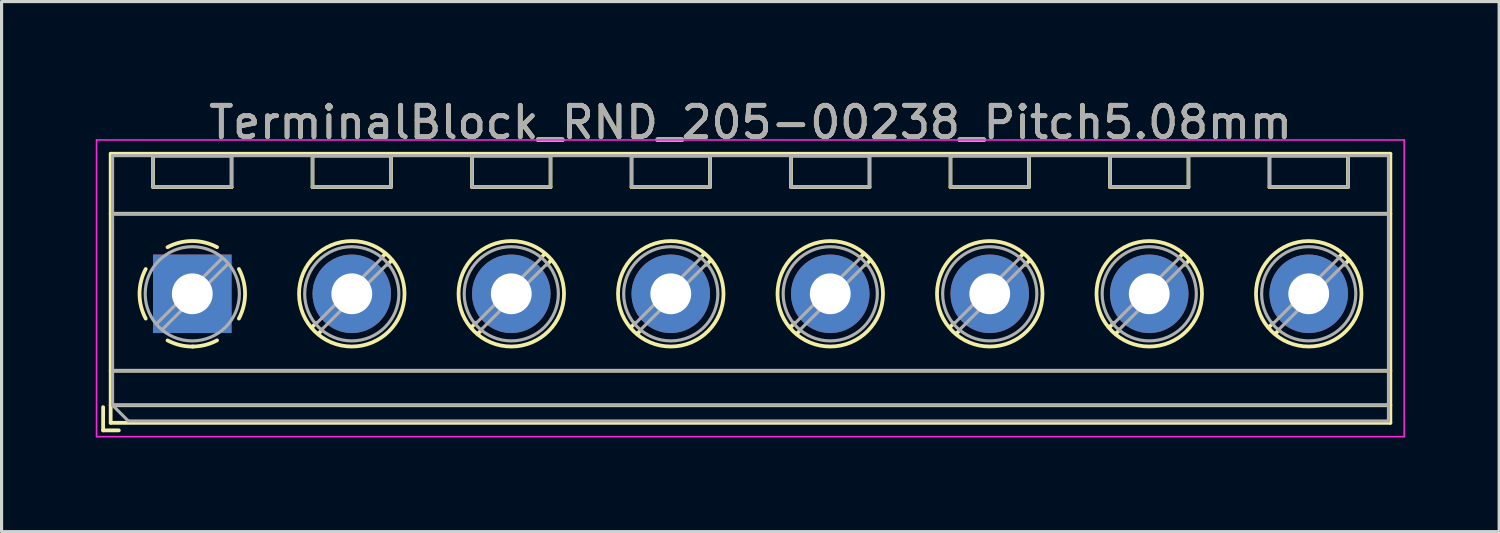
<source format=kicad_pcb>
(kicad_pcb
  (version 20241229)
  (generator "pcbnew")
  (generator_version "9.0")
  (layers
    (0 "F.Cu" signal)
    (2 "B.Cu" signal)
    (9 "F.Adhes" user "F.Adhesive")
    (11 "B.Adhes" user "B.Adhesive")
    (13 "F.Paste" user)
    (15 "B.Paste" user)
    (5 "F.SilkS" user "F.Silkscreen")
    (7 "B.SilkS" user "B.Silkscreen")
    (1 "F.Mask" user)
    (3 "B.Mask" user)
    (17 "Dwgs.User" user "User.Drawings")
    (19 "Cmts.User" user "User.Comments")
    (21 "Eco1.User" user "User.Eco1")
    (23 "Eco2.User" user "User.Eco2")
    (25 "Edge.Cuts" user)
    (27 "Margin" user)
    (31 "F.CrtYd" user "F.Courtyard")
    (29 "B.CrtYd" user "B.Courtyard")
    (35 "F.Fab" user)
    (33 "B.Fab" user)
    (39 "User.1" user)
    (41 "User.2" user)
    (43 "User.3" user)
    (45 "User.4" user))
  (footprint "TerminalBlock_RND_205-00238_Pitch5.08mm"
    (layer "F.Cu")
    (at 3.075 6.308)
    (property "Reference" "TerminalBlock_RND_205-00238_Pitch5.08mm" (at 17.78 -5.46 0) (layer "F.SilkS") (effects (font (size 1 1) (thickness 0.15))))
    (attr through_hole)
    (fp_line (start -2.84 3.61) (end -2.84 4.35) (stroke (width 0.12) (type solid)) (layer "F.SilkS"))
    (fp_line (start -2.84 4.35) (end -2.34 4.35) (stroke (width 0.12) (type solid)) (layer "F.SilkS"))
    (fp_line (start -2.6 -4.46) (end -2.6 4.11) (stroke (width 0.12) (type solid)) (layer "F.SilkS"))
    (fp_line (start -2.6 -2.55) (end 38.16 -2.55) (stroke (width 0.12) (type solid)) (layer "F.SilkS"))
    (fp_line (start -2.6 2.45) (end 38.16 2.45) (stroke (width 0.12) (type solid)) (layer "F.SilkS"))
    (fp_line (start -2.6 3.55) (end 38.16 3.55) (stroke (width 0.12) (type solid)) (layer "F.SilkS"))
    (fp_line (start -2.6 4.11) (end 38.16 4.11) (stroke (width 0.12) (type solid)) (layer "F.SilkS"))
    (fp_line (start -1.25 -4.4) (end -1.25 -3.4) (stroke (width 0.12) (type solid)) (layer "F.SilkS"))
    (fp_line (start -1.25 -4.4) (end 1.25 -4.4) (stroke (width 0.12) (type solid)) (layer "F.SilkS"))
    (fp_line (start -1.25 -3.4) (end 1.25 -3.4) (stroke (width 0.12) (type solid)) (layer "F.SilkS"))
    (fp_line (start 1.25 -4.4) (end 1.25 -3.4) (stroke (width 0.12) (type solid)) (layer "F.SilkS"))
    (fp_line (start 3.83 -4.4) (end 3.83 -3.4) (stroke (width 0.12) (type solid)) (layer "F.SilkS"))
    (fp_line (start 3.83 -4.4) (end 6.33 -4.4) (stroke (width 0.12) (type solid)) (layer "F.SilkS"))
    (fp_line (start 3.83 -3.4) (end 6.33 -3.4) (stroke (width 0.12) (type solid)) (layer "F.SilkS"))
    (fp_line (start 3.947 0.929) (end 3.806 1.069) (stroke (width 0.12) (type solid)) (layer "F.SilkS"))
    (fp_line (start 4.117 1.169) (end 4.011 1.274) (stroke (width 0.12) (type solid)) (layer "F.SilkS"))
    (fp_line (start 6.15 -1.275) (end 6.044 -1.169) (stroke (width 0.12) (type solid)) (layer "F.SilkS"))
    (fp_line (start 6.33 -4.4) (end 6.33 -3.4) (stroke (width 0.12) (type solid)) (layer "F.SilkS"))
    (fp_line (start 6.355 -1.069) (end 6.214 -0.929) (stroke (width 0.12) (type solid)) (layer "F.SilkS"))
    (fp_line (start 8.91 -4.4) (end 8.91 -3.4) (stroke (width 0.12) (type solid)) (layer "F.SilkS"))
    (fp_line (start 8.91 -4.4) (end 11.41 -4.4) (stroke (width 0.12) (type solid)) (layer "F.SilkS"))
    (fp_line (start 8.91 -3.4) (end 11.41 -3.4) (stroke (width 0.12) (type solid)) (layer "F.SilkS"))
    (fp_line (start 9.027 0.929) (end 8.886 1.069) (stroke (width 0.12) (type solid)) (layer "F.SilkS"))
    (fp_line (start 9.197 1.169) (end 9.091 1.274) (stroke (width 0.12) (type solid)) (layer "F.SilkS"))
    (fp_line (start 11.23 -1.275) (end 11.124 -1.169) (stroke (width 0.12) (type solid)) (layer "F.SilkS"))
    (fp_line (start 11.41 -4.4) (end 11.41 -3.4) (stroke (width 0.12) (type solid)) (layer "F.SilkS"))
    (fp_line (start 11.435 -1.069) (end 11.294 -0.929) (stroke (width 0.12) (type solid)) (layer "F.SilkS"))
    (fp_line (start 13.99 -4.4) (end 13.99 -3.4) (stroke (width 0.12) (type solid)) (layer "F.SilkS"))
    (fp_line (start 13.99 -4.4) (end 16.49 -4.4) (stroke (width 0.12) (type solid)) (layer "F.SilkS"))
    (fp_line (start 13.99 -3.4) (end 16.49 -3.4) (stroke (width 0.12) (type solid)) (layer "F.SilkS"))
    (fp_line (start 14.107 0.929) (end 13.966 1.069) (stroke (width 0.12) (type solid)) (layer "F.SilkS"))
    (fp_line (start 14.277 1.169) (end 14.171 1.274) (stroke (width 0.12) (type solid)) (layer "F.SilkS"))
    (fp_line (start 16.31 -1.275) (end 16.204 -1.169) (stroke (width 0.12) (type solid)) (layer "F.SilkS"))
    (fp_line (start 16.49 -4.4) (end 16.49 -3.4) (stroke (width 0.12) (type solid)) (layer "F.SilkS"))
    (fp_line (start 16.515 -1.069) (end 16.374 -0.929) (stroke (width 0.12) (type solid)) (layer "F.SilkS"))
    (fp_line (start 19.07 -4.4) (end 19.07 -3.4) (stroke (width 0.12) (type solid)) (layer "F.SilkS"))
    (fp_line (start 19.07 -4.4) (end 21.57 -4.4) (stroke (width 0.12) (type solid)) (layer "F.SilkS"))
    (fp_line (start 19.07 -3.4) (end 21.57 -3.4) (stroke (width 0.12) (type solid)) (layer "F.SilkS"))
    (fp_line (start 19.187 0.929) (end 19.046 1.069) (stroke (width 0.12) (type solid)) (layer "F.SilkS"))
    (fp_line (start 19.357 1.169) (end 19.251 1.274) (stroke (width 0.12) (type solid)) (layer "F.SilkS"))
    (fp_line (start 21.39 -1.275) (end 21.284 -1.169) (stroke (width 0.12) (type solid)) (layer "F.SilkS"))
    (fp_line (start 21.57 -4.4) (end 21.57 -3.4) (stroke (width 0.12) (type solid)) (layer "F.SilkS"))
    (fp_line (start 21.595 -1.069) (end 21.454 -0.929) (stroke (width 0.12) (type solid)) (layer "F.SilkS"))
    (fp_line (start 24.15 -4.4) (end 24.15 -3.4) (stroke (width 0.12) (type solid)) (layer "F.SilkS"))
    (fp_line (start 24.15 -4.4) (end 26.65 -4.4) (stroke (width 0.12) (type solid)) (layer "F.SilkS"))
    (fp_line (start 24.15 -3.4) (end 26.65 -3.4) (stroke (width 0.12) (type solid)) (layer "F.SilkS"))
    (fp_line (start 24.267 0.929) (end 24.126 1.069) (stroke (width 0.12) (type solid)) (layer "F.SilkS"))
    (fp_line (start 24.437 1.169) (end 24.331 1.274) (stroke (width 0.12) (type solid)) (layer "F.SilkS"))
    (fp_line (start 26.47 -1.275) (end 26.364 -1.169) (stroke (width 0.12) (type solid)) (layer "F.SilkS"))
    (fp_line (start 26.65 -4.4) (end 26.65 -3.4) (stroke (width 0.12) (type solid)) (layer "F.SilkS"))
    (fp_line (start 26.675 -1.069) (end 26.534 -0.929) (stroke (width 0.12) (type solid)) (layer "F.SilkS"))
    (fp_line (start 29.23 -4.4) (end 29.23 -3.4) (stroke (width 0.12) (type solid)) (layer "F.SilkS"))
    (fp_line (start 29.23 -4.4) (end 31.73 -4.4) (stroke (width 0.12) (type solid)) (layer "F.SilkS"))
    (fp_line (start 29.23 -3.4) (end 31.73 -3.4) (stroke (width 0.12) (type solid)) (layer "F.SilkS"))
    (fp_line (start 29.347 0.929) (end 29.206 1.069) (stroke (width 0.12) (type solid)) (layer "F.SilkS"))
    (fp_line (start 29.517 1.169) (end 29.411 1.274) (stroke (width 0.12) (type solid)) (layer "F.SilkS"))
    (fp_line (start 31.55 -1.275) (end 31.444 -1.169) (stroke (width 0.12) (type solid)) (layer "F.SilkS"))
    (fp_line (start 31.73 -4.4) (end 31.73 -3.4) (stroke (width 0.12) (type solid)) (layer "F.SilkS"))
    (fp_line (start 31.755 -1.069) (end 31.614 -0.929) (stroke (width 0.12) (type solid)) (layer "F.SilkS"))
    (fp_line (start 34.31 -4.4) (end 34.31 -3.4) (stroke (width 0.12) (type solid)) (layer "F.SilkS"))
    (fp_line (start 34.31 -4.4) (end 36.81 -4.4) (stroke (width 0.12) (type solid)) (layer "F.SilkS"))
    (fp_line (start 34.31 -3.4) (end 36.81 -3.4) (stroke (width 0.12) (type solid)) (layer "F.SilkS"))
    (fp_line (start 34.427 0.929) (end 34.286 1.069) (stroke (width 0.12) (type solid)) (layer "F.SilkS"))
    (fp_line (start 34.597 1.169) (end 34.491 1.274) (stroke (width 0.12) (type solid)) (layer "F.SilkS"))
    (fp_line (start 36.63 -1.275) (end 36.524 -1.169) (stroke (width 0.12) (type solid)) (layer "F.SilkS"))
    (fp_line (start 36.81 -4.4) (end 36.81 -3.4) (stroke (width 0.12) (type solid)) (layer "F.SilkS"))
    (fp_line (start 36.835 -1.069) (end 36.694 -0.929) (stroke (width 0.12) (type solid)) (layer "F.SilkS"))
    (fp_line (start 38.16 -4.46) (end -2.6 -4.46) (stroke (width 0.12) (type solid)) (layer "F.SilkS"))
    (fp_line (start 38.16 4.11) (end 38.16 -4.46) (stroke (width 0.12) (type solid)) (layer "F.SilkS"))
    (fp_arc (start -1.483953 0.789089) (mid -1.680708 0.00005) (end -1.484 -0.789) (stroke (width 0.12) (type solid)) (layer "F.SilkS"))
    (fp_arc (start -0.789089 -1.483953) (mid -0.00005 -1.680708) (end 0.789 -1.484) (stroke (width 0.12) (type solid)) (layer "F.SilkS"))
    (fp_arc (start 0.029383 1.68045) (mid -0.392304 1.634281) (end -0.789 1.484) (stroke (width 0.12) (type solid)) (layer "F.SilkS"))
    (fp_arc (start 0.788712 1.483352) (mid 0.406429 1.630097) (end 0 1.68) (stroke (width 0.12) (type solid)) (layer "F.SilkS"))
    (fp_arc (start 1.483953 -0.789089) (mid 1.680708 -0.00005) (end 1.484 0.789) (stroke (width 0.12) (type solid)) (layer "F.SilkS"))
    (fp_circle (center 5.08 0) (end 6.76 0) (stroke (width 0.12) (type solid)) (fill no) (layer "F.SilkS"))
    (fp_circle (center 10.16 0) (end 11.84 0) (stroke (width 0.12) (type solid)) (fill no) (layer "F.SilkS"))
    (fp_circle (center 15.24 0) (end 16.92 0) (stroke (width 0.12) (type solid)) (fill no) (layer "F.SilkS"))
    (fp_circle (center 20.32 0) (end 22 0) (stroke (width 0.12) (type solid)) (fill no) (layer "F.SilkS"))
    (fp_circle (center 25.4 0) (end 27.08 0) (stroke (width 0.12) (type solid)) (fill no) (layer "F.SilkS"))
    (fp_circle (center 30.48 0) (end 32.16 0) (stroke (width 0.12) (type solid)) (fill no) (layer "F.SilkS"))
    (fp_circle (center 35.56 0) (end 37.24 0) (stroke (width 0.12) (type solid)) (fill no) (layer "F.SilkS"))
    (fp_line (start -3.05 -4.9) (end -3.05 4.55) (stroke (width 0.05) (type solid)) (layer "F.CrtYd"))
    (fp_line (start -3.05 4.55) (end 38.6 4.55) (stroke (width 0.05) (type solid)) (layer "F.CrtYd"))
    (fp_line (start 38.6 -4.9) (end -3.05 -4.9) (stroke (width 0.05) (type solid)) (layer "F.CrtYd"))
    (fp_line (start 38.6 4.55) (end 38.6 -4.9) (stroke (width 0.05) (type solid)) (layer "F.CrtYd"))
    (fp_line (start -2.54 -4.4) (end 38.1 -4.4) (stroke (width 0.1) (type solid)) (layer "F.Fab"))
    (fp_line (start -2.54 -2.55) (end 38.1 -2.55) (stroke (width 0.1) (type solid)) (layer "F.Fab"))
    (fp_line (start -2.54 2.45) (end 38.1 2.45) (stroke (width 0.1) (type solid)) (layer "F.Fab"))
    (fp_line (start -2.54 3.55) (end -2.54 -4.4) (stroke (width 0.1) (type solid)) (layer "F.Fab"))
    (fp_line (start -2.54 3.55) (end 38.1 3.55) (stroke (width 0.1) (type solid)) (layer "F.Fab"))
    (fp_line (start -2.04 4.05) (end -2.54 3.55) (stroke (width 0.1) (type solid)) (layer "F.Fab"))
    (fp_line (start -1.25 -4.4) (end -1.25 -3.4) (stroke (width 0.1) (type solid)) (layer "F.Fab"))
    (fp_line (start -1.25 -3.4) (end 1.25 -3.4) (stroke (width 0.1) (type solid)) (layer "F.Fab"))
    (fp_line (start 0.955 -1.138) (end -1.138 0.955) (stroke (width 0.1) (type solid)) (layer "F.Fab"))
    (fp_line (start 1.138 -0.955) (end -0.955 1.138) (stroke (width 0.1) (type solid)) (layer "F.Fab"))
    (fp_line (start 1.25 -4.4) (end -1.25 -4.4) (stroke (width 0.1) (type solid)) (layer "F.Fab"))
    (fp_line (start 1.25 -3.4) (end 1.25 -4.4) (stroke (width 0.1) (type solid)) (layer "F.Fab"))
    (fp_line (start 3.83 -4.4) (end 3.83 -3.4) (stroke (width 0.1) (type solid)) (layer "F.Fab"))
    (fp_line (start 3.83 -3.4) (end 6.33 -3.4) (stroke (width 0.1) (type solid)) (layer "F.Fab"))
    (fp_line (start 6.035 -1.138) (end 3.943 0.955) (stroke (width 0.1) (type solid)) (layer "F.Fab"))
    (fp_line (start 6.218 -0.955) (end 4.126 1.138) (stroke (width 0.1) (type solid)) (layer "F.Fab"))
    (fp_line (start 6.33 -4.4) (end 3.83 -4.4) (stroke (width 0.1) (type solid)) (layer "F.Fab"))
    (fp_line (start 6.33 -3.4) (end 6.33 -4.4) (stroke (width 0.1) (type solid)) (layer "F.Fab"))
    (fp_line (start 8.91 -4.4) (end 8.91 -3.4) (stroke (width 0.1) (type solid)) (layer "F.Fab"))
    (fp_line (start 8.91 -3.4) (end 11.41 -3.4) (stroke (width 0.1) (type solid)) (layer "F.Fab"))
    (fp_line (start 11.115 -1.138) (end 9.023 0.955) (stroke (width 0.1) (type solid)) (layer "F.Fab"))
    (fp_line (start 11.298 -0.955) (end 9.206 1.138) (stroke (width 0.1) (type solid)) (layer "F.Fab"))
    (fp_line (start 11.41 -4.4) (end 8.91 -4.4) (stroke (width 0.1) (type solid)) (layer "F.Fab"))
    (fp_line (start 11.41 -3.4) (end 11.41 -4.4) (stroke (width 0.1) (type solid)) (layer "F.Fab"))
    (fp_line (start 13.99 -4.4) (end 13.99 -3.4) (stroke (width 0.1) (type solid)) (layer "F.Fab"))
    (fp_line (start 13.99 -3.4) (end 16.49 -3.4) (stroke (width 0.1) (type solid)) (layer "F.Fab"))
    (fp_line (start 16.195 -1.138) (end 14.103 0.955) (stroke (width 0.1) (type solid)) (layer "F.Fab"))
    (fp_line (start 16.378 -0.955) (end 14.286 1.138) (stroke (width 0.1) (type solid)) (layer "F.Fab"))
    (fp_line (start 16.49 -4.4) (end 13.99 -4.4) (stroke (width 0.1) (type solid)) (layer "F.Fab"))
    (fp_line (start 16.49 -3.4) (end 16.49 -4.4) (stroke (width 0.1) (type solid)) (layer "F.Fab"))
    (fp_line (start 19.07 -4.4) (end 19.07 -3.4) (stroke (width 0.1) (type solid)) (layer "F.Fab"))
    (fp_line (start 19.07 -3.4) (end 21.57 -3.4) (stroke (width 0.1) (type solid)) (layer "F.Fab"))
    (fp_line (start 21.275 -1.138) (end 19.183 0.955) (stroke (width 0.1) (type solid)) (layer "F.Fab"))
    (fp_line (start 21.458 -0.955) (end 19.366 1.138) (stroke (width 0.1) (type solid)) (layer "F.Fab"))
    (fp_line (start 21.57 -4.4) (end 19.07 -4.4) (stroke (width 0.1) (type solid)) (layer "F.Fab"))
    (fp_line (start 21.57 -3.4) (end 21.57 -4.4) (stroke (width 0.1) (type solid)) (layer "F.Fab"))
    (fp_line (start 24.15 -4.4) (end 24.15 -3.4) (stroke (width 0.1) (type solid)) (layer "F.Fab"))
    (fp_line (start 24.15 -3.4) (end 26.65 -3.4) (stroke (width 0.1) (type solid)) (layer "F.Fab"))
    (fp_line (start 26.355 -1.138) (end 24.263 0.955) (stroke (width 0.1) (type solid)) (layer "F.Fab"))
    (fp_line (start 26.538 -0.955) (end 24.446 1.138) (stroke (width 0.1) (type solid)) (layer "F.Fab"))
    (fp_line (start 26.65 -4.4) (end 24.15 -4.4) (stroke (width 0.1) (type solid)) (layer "F.Fab"))
    (fp_line (start 26.65 -3.4) (end 26.65 -4.4) (stroke (width 0.1) (type solid)) (layer "F.Fab"))
    (fp_line (start 29.23 -4.4) (end 29.23 -3.4) (stroke (width 0.1) (type solid)) (layer "F.Fab"))
    (fp_line (start 29.23 -3.4) (end 31.73 -3.4) (stroke (width 0.1) (type solid)) (layer "F.Fab"))
    (fp_line (start 31.435 -1.138) (end 29.343 0.955) (stroke (width 0.1) (type solid)) (layer "F.Fab"))
    (fp_line (start 31.618 -0.955) (end 29.526 1.138) (stroke (width 0.1) (type solid)) (layer "F.Fab"))
    (fp_line (start 31.73 -4.4) (end 29.23 -4.4) (stroke (width 0.1) (type solid)) (layer "F.Fab"))
    (fp_line (start 31.73 -3.4) (end 31.73 -4.4) (stroke (width 0.1) (type solid)) (layer "F.Fab"))
    (fp_line (start 34.31 -4.4) (end 34.31 -3.4) (stroke (width 0.1) (type solid)) (layer "F.Fab"))
    (fp_line (start 34.31 -3.4) (end 36.81 -3.4) (stroke (width 0.1) (type solid)) (layer "F.Fab"))
    (fp_line (start 36.515 -1.138) (end 34.423 0.955) (stroke (width 0.1) (type solid)) (layer "F.Fab"))
    (fp_line (start 36.698 -0.955) (end 34.606 1.138) (stroke (width 0.1) (type solid)) (layer "F.Fab"))
    (fp_line (start 36.81 -4.4) (end 34.31 -4.4) (stroke (width 0.1) (type solid)) (layer "F.Fab"))
    (fp_line (start 36.81 -3.4) (end 36.81 -4.4) (stroke (width 0.1) (type solid)) (layer "F.Fab"))
    (fp_line (start 38.1 -4.4) (end 38.1 4.05) (stroke (width 0.1) (type solid)) (layer "F.Fab"))
    (fp_line (start 38.1 4.05) (end -2.04 4.05) (stroke (width 0.1) (type solid)) (layer "F.Fab"))
    (fp_circle (center 0 0) (end 1.5 0) (stroke (width 0.1) (type solid)) (fill no) (layer "F.Fab"))
    (fp_circle (center 5.08 0) (end 6.58 0) (stroke (width 0.1) (type solid)) (fill no) (layer "F.Fab"))
    (fp_circle (center 10.16 0) (end 11.66 0) (stroke (width 0.1) (type solid)) (fill no) (layer "F.Fab"))
    (fp_circle (center 15.24 0) (end 16.74 0) (stroke (width 0.1) (type solid)) (fill no) (layer "F.Fab"))
    (fp_circle (center 20.32 0) (end 21.82 0) (stroke (width 0.1) (type solid)) (fill no) (layer "F.Fab"))
    (fp_circle (center 25.4 0) (end 26.9 0) (stroke (width 0.1) (type solid)) (fill no) (layer "F.Fab"))
    (fp_circle (center 30.48 0) (end 31.98 0) (stroke (width 0.1) (type solid)) (fill no) (layer "F.Fab"))
    (fp_circle (center 35.56 0) (end 37.06 0) (stroke (width 0.1) (type solid)) (fill no) (layer "F.Fab"))
    (fp_text user "${REFERENCE}" (at 17.78 -5.46 0) (layer "F.Fab") (effects (font (size 1 1) (thickness 0.15))))
    (pad "1" thru_hole rect (at 0 0) (size 2.5 2.5) (drill 1.3) (layers "*.Cu" "*.Mask"))
    (pad "2" thru_hole oval (at 5.08 0) (size 2.5 2.5) (drill 1.3) (layers "*.Cu" "*.Mask"))
    (pad "3" thru_hole oval (at 10.16 0) (size 2.5 2.5) (drill 1.3) (layers "*.Cu" "*.Mask"))
    (pad "4" thru_hole oval (at 15.24 0) (size 2.5 2.5) (drill 1.3) (layers "*.Cu" "*.Mask"))
    (pad "5" thru_hole oval (at 20.32 0) (size 2.5 2.5) (drill 1.3) (layers "*.Cu" "*.Mask"))
    (pad "6" thru_hole oval (at 25.4 0) (size 2.5 2.5) (drill 1.3) (layers "*.Cu" "*.Mask"))
    (pad "7" thru_hole oval (at 30.48 0) (size 2.5 2.5) (drill 1.3) (layers "*.Cu" "*.Mask"))
    (pad "8" thru_hole oval (at 35.56 0) (size 2.5 2.5) (drill 1.3) (layers "*.Cu" "*.Mask")))
  (gr_rect
    (start -3 -3)
    (end 44.7 13.883)
    (stroke (width 0.1) (type default))
    (fill no)
    (layer "Edge.Cuts")))
</source>
